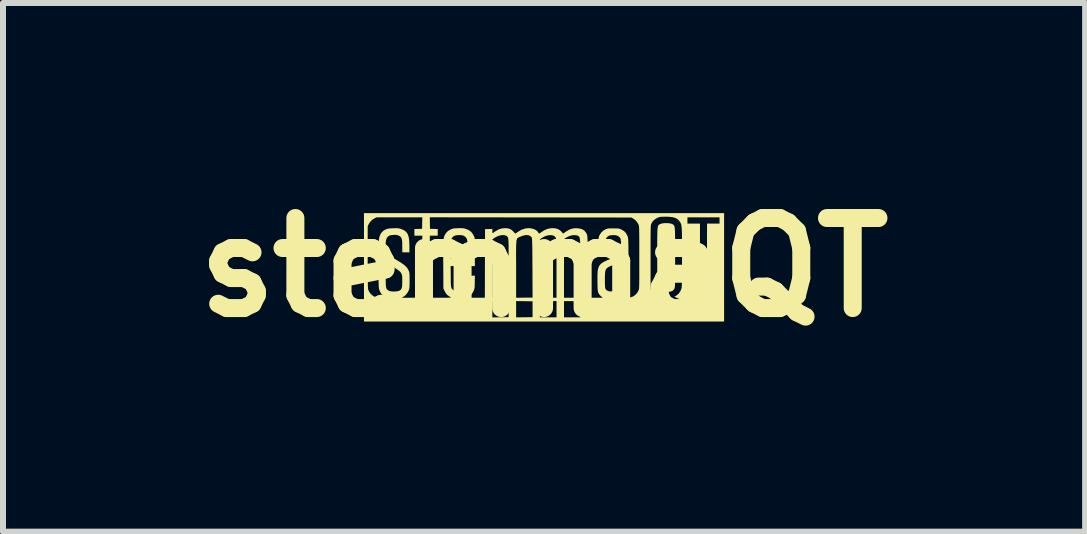
<source format=kicad_pcb>
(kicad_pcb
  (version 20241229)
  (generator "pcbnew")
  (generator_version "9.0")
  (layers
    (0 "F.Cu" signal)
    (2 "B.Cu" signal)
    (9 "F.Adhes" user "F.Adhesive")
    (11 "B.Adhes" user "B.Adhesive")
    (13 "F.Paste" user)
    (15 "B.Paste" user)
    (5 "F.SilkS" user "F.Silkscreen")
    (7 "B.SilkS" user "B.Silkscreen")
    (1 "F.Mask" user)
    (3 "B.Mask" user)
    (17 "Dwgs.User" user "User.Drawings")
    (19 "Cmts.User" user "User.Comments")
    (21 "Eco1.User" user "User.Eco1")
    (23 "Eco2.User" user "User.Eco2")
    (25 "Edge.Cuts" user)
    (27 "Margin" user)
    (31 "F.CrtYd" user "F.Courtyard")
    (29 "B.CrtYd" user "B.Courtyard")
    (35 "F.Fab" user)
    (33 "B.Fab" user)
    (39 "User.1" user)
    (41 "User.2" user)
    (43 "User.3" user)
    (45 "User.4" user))
  (footprint "stemmaQT"
    (layer "F.Cu")
    (at 6.014 1.404)
    (property "Reference" "stemmaQT" (at 0 0 0) (layer "F.SilkS") (effects (font (size 1.5 1.5) (thickness 0.3))))
    (attr board_only exclude_from_pos_files exclude_from_bom)
    (fp_poly (pts (xy 2.077 -0.735) (xy 2.111 -0.73) (xy 2.132 -0.722) (xy 2.142 -0.718) (xy 2.15 -0.713) (xy 2.158 -0.708) (xy 2.164 -0.702) (xy 2.169 -0.693) (xy 2.173 -0.681) (xy 2.176 -0.665) (xy 2.179 -0.643) (xy 2.181 -0.615) (xy 2.182 -0.579) (xy 2.183 -0.536) (xy 2.184 -0.483) (xy 2.184 -0.42) (xy 2.184 -0.346) (xy 2.184 -0.26) (xy 2.184 -0.167) (xy 2.184 -0.071) (xy 2.184 0.011) (xy 2.184 0.081) (xy 2.184 0.141) (xy 2.184 0.19) (xy 2.183 0.231) (xy 2.182 0.264) (xy 2.182 0.29) (xy 2.181 0.31) (xy 2.179 0.325) (xy 2.178 0.336) (xy 2.176 0.345) (xy 2.174 0.351) (xy 2.171 0.356) (xy 2.157 0.378) (xy 2.138 0.393) (xy 2.112 0.403) (xy 2.077 0.408) (xy 2.034 0.409) (xy 1.998 0.409) (xy 1.972 0.407) (xy 1.953 0.402) (xy 1.937 0.396) (xy 1.936 0.395) (xy 1.927 0.391) (xy 1.919 0.386) (xy 1.912 0.382) (xy 1.906 0.375) (xy 1.901 0.366) (xy 1.897 0.354) (xy 1.894 0.337) (xy 1.891 0.315) (xy 1.889 0.287) (xy 1.888 0.252) (xy 1.887 0.208) (xy 1.886 0.155) (xy 1.886 0.093) (xy 1.886 0.019) (xy 1.886 -0.067) (xy 1.886 -0.163) (xy 1.886 -0.262) (xy 1.886 -0.347) (xy 1.886 -0.421) (xy 1.886 -0.484) (xy 1.887 -0.536) (xy 1.888 -0.58) (xy 1.889 -0.615) (xy 1.891 -0.643) (xy 1.894 -0.665) (xy 1.897 -0.681) (xy 1.901 -0.693) (xy 1.906 -0.702) (xy 1.912 -0.708) (xy 1.92 -0.713) (xy 1.928 -0.718) (xy 1.938 -0.722) (xy 1.938 -0.722) (xy 1.964 -0.731) (xy 1.999 -0.736) (xy 2.038 -0.737)) (stroke (width 0) (type solid)) (fill yes) (layer "F.SilkS"))
    (fp_poly (pts (xy 3 -0.000001) (xy 3 0.903) (xy 0 0.903) (xy -3 0.903) (xy -3 0.698) (xy -0.861 0.698) (xy -0.861 0.834) (xy -0.726 0.832) (xy -0.59 0.83) (xy -0.589 0.698) (xy -0.465 0.698) (xy -0.465 0.834) (xy -0.444 0.833) (xy -0.07 0.833) (xy 0.069 0.833) (xy 0.208 0.833) (xy 0.208 0.698) (xy 0.333 0.698) (xy 0.333 0.833) (xy 0.469 0.833) (xy 0.604 0.833) (xy 0.604 0.698) (xy 0.604 0.563) (xy 0.469 0.563) (xy 0.333 0.563) (xy 0.333 0.698) (xy 0.208 0.698) (xy 0.208 0.698) (xy 0.208 0.562) (xy 0.071 0.564) (xy -0.066 0.566) (xy -0.068 0.7) (xy -0.07 0.833) (xy -0.444 0.833) (xy -0.328 0.832) (xy -0.191 0.83) (xy -0.191 0.698) (xy -0.191 0.566) (xy -0.328 0.564) (xy -0.465 0.562) (xy -0.465 0.698) (xy -0.589 0.698) (xy -0.588 0.566) (xy -0.725 0.564) (xy -0.861 0.562) (xy -0.861 0.698) (xy -3 0.698) (xy -3 -0.000001) (xy -3 -0.685) (xy -2.938 -0.685) (xy -2.938 -0.17) (xy -2.938 -0.069) (xy -2.938 0.024) (xy -2.937 0.107) (xy -2.937 0.18) (xy -2.936 0.242) (xy -2.935 0.292) (xy -2.934 0.33) (xy -2.932 0.356) (xy -2.931 0.368) (xy -2.931 0.368) (xy -2.912 0.41) (xy -2.882 0.448) (xy -2.845 0.479) (xy -2.808 0.497) (xy -2.792 0.501) (xy -2.768 0.504) (xy -2.741 0.506) (xy -2.713 0.507) (xy -2.686 0.507) (xy -2.663 0.506) (xy -2.647 0.503) (xy -2.64 0.5) (xy -2.642 0.498) (xy -2.673 0.477) (xy -2.695 0.459) (xy -2.712 0.44) (xy -2.725 0.418) (xy -2.732 0.404) (xy -2.74 0.387) (xy -2.745 0.373) (xy -2.749 0.358) (xy -2.752 0.341) (xy -2.754 0.319) (xy -2.755 0.288) (xy -2.756 0.247) (xy -2.756 0.231) (xy -2.759 0.104) (xy -2.699 0.104) (xy -2.64 0.104) (xy -2.638 0.222) (xy -2.637 0.27) (xy -2.635 0.307) (xy -2.631 0.334) (xy -2.625 0.354) (xy -2.616 0.368) (xy -2.603 0.379) (xy -2.586 0.389) (xy -2.583 0.391) (xy -2.558 0.399) (xy -2.525 0.403) (xy -2.487 0.403) (xy -2.451 0.4) (xy -2.421 0.394) (xy -2.411 0.389) (xy -2.393 0.379) (xy -2.381 0.366) (xy -2.372 0.348) (xy -2.366 0.324) (xy -2.363 0.291) (xy -2.362 0.247) (xy -2.362 0.228) (xy -2.362 0.19) (xy -2.363 0.158) (xy -2.366 0.132) (xy -2.373 0.11) (xy -2.384 0.09) (xy -2.4 0.071) (xy -2.424 0.051) (xy -2.456 0.029) (xy -2.496 0.002) (xy -2.548 -0.03) (xy -2.556 -0.035) (xy -2.605 -0.067) (xy -2.645 -0.094) (xy -2.675 -0.117) (xy -2.698 -0.139) (xy -2.716 -0.161) (xy -2.73 -0.183) (xy -2.736 -0.194) (xy -2.743 -0.211) (xy -2.748 -0.226) (xy -2.751 -0.244) (xy -2.753 -0.267) (xy -2.755 -0.298) (xy -2.756 -0.337) (xy -2.756 -0.408) (xy -2.751 -0.467) (xy -2.74 -0.516) (xy -2.724 -0.555) (xy -2.701 -0.587) (xy -2.671 -0.613) (xy -2.633 -0.634) (xy -2.629 -0.636) (xy -2.608 -0.642) (xy -2.579 -0.647) (xy -2.538 -0.65) (xy -2.514 -0.651) (xy -2.476 -0.652) (xy -2.447 -0.652) (xy -2.425 -0.65) (xy -2.406 -0.646) (xy -2.385 -0.64) (xy -2.383 -0.639) (xy -2.343 -0.623) (xy -2.311 -0.603) (xy -2.286 -0.577) (xy -2.268 -0.545) (xy -2.255 -0.504) (xy -2.247 -0.454) (xy -2.244 -0.392) (xy -2.243 -0.356) (xy -2.243 -0.25) (xy -2.302 -0.25) (xy -2.361 -0.25) (xy -2.362 -0.352) (xy -2.362 -0.404) (xy -2.365 -0.443) (xy -2.37 -0.473) (xy -2.379 -0.494) (xy -2.391 -0.51) (xy -2.408 -0.522) (xy -2.421 -0.529) (xy -2.443 -0.537) (xy -2.464 -0.541) (xy -2.492 -0.541) (xy -2.507 -0.54) (xy -2.536 -0.538) (xy -2.562 -0.533) (xy -2.579 -0.528) (xy -2.58 -0.527) (xy -2.604 -0.51) (xy -2.621 -0.485) (xy -2.633 -0.45) (xy -2.638 -0.405) (xy -2.639 -0.348) (xy -2.638 -0.335) (xy -2.636 -0.306) (xy -2.633 -0.281) (xy -2.627 -0.26) (xy -2.617 -0.241) (xy -2.601 -0.222) (xy -2.58 -0.203) (xy -2.55 -0.181) (xy -2.512 -0.156) (xy -2.463 -0.126) (xy -2.438 -0.111) (xy -2.388 -0.08) (xy -2.349 -0.054) (xy -2.319 -0.03) (xy -2.295 -0.008) (xy -2.277 0.015) (xy -2.263 0.04) (xy -2.258 0.049) (xy -2.252 0.062) (xy -2.247 0.075) (xy -2.244 0.089) (xy -2.242 0.106) (xy -2.241 0.129) (xy -2.24 0.161) (xy -2.24 0.204) (xy -2.24 0.219) (xy -2.24 0.266) (xy -2.241 0.301) (xy -2.242 0.327) (xy -2.244 0.347) (xy -2.247 0.363) (xy -2.251 0.377) (xy -2.256 0.389) (xy -2.279 0.429) (xy -2.309 0.465) (xy -2.343 0.491) (xy -2.348 0.493) (xy -2.372 0.506) (xy -2.2 0.507) (xy -2.028 0.507) (xy -2.028 -0.01) (xy -2.028 -0.528) (xy -2.094 -0.528) (xy -2.16 -0.528) (xy -2.16 -0.583) (xy -2.16 -0.638) (xy -2.096 -0.64) (xy -2.032 -0.642) (xy -2.03 -0.738) (xy -2.028 -0.833) (xy -2.408 -0.833) (xy -2.789 -0.833) (xy -2.823 -0.817) (xy -2.867 -0.789) (xy -2.902 -0.751) (xy -2.921 -0.72) (xy -2.938 -0.685) (xy -3 -0.685) (xy -3 -0.834) (xy -1.903 -0.834) (xy -1.902 -0.738) (xy -1.9 -0.642) (xy -1.835 -0.64) (xy -1.771 -0.638) (xy -1.771 -0.583) (xy -1.771 -0.528) (xy -1.837 -0.528) (xy -1.903 -0.528) (xy -1.903 -0.01) (xy -1.903 0.507) (xy -1.726 0.507) (xy -1.678 0.507) (xy -1.635 0.507) (xy -1.599 0.506) (xy -1.571 0.505) (xy -1.554 0.504) (xy -1.549 0.504) (xy -1.554 0.499) (xy -1.568 0.49) (xy -1.575 0.487) (xy -1.607 0.465) (xy -1.634 0.435) (xy -1.657 0.394) (xy -1.658 0.392) (xy -1.677 0.351) (xy -1.679 -0.047) (xy -1.68 -0.138) (xy -1.68 -0.215) (xy -1.68 -0.281) (xy -1.68 -0.294) (xy -1.556 -0.294) (xy -1.556 -0.139) (xy -1.415 -0.141) (xy -1.275 -0.142) (xy -1.272 -0.26) (xy -1.272 -0.322) (xy -1.272 -0.371) (xy -1.274 -0.41) (xy -1.278 -0.44) (xy -1.283 -0.463) (xy -1.29 -0.48) (xy -1.294 -0.487) (xy -1.315 -0.511) (xy -1.339 -0.527) (xy -1.371 -0.535) (xy -1.413 -0.538) (xy -1.457 -0.535) (xy -1.491 -0.527) (xy -1.517 -0.51) (xy -1.536 -0.486) (xy -1.54 -0.479) (xy -1.545 -0.469) (xy -1.549 -0.459) (xy -1.552 -0.446) (xy -1.554 -0.43) (xy -1.555 -0.407) (xy -1.556 -0.376) (xy -1.556 -0.335) (xy -1.556 -0.294) (xy -1.68 -0.294) (xy -1.68 -0.337) (xy -1.679 -0.383) (xy -1.677 -0.422) (xy -1.675 -0.453) (xy -1.672 -0.478) (xy -1.668 -0.499) (xy -1.663 -0.516) (xy -1.657 -0.53) (xy -1.65 -0.544) (xy -1.642 -0.557) (xy -1.635 -0.568) (xy -1.616 -0.591) (xy -1.595 -0.609) (xy -1.567 -0.625) (xy -1.564 -0.627) (xy -1.543 -0.636) (xy -1.526 -0.643) (xy -1.508 -0.647) (xy -1.485 -0.65) (xy -1.455 -0.651) (xy -1.432 -0.652) (xy -1.393 -0.653) (xy -1.364 -0.652) (xy -1.341 -0.65) (xy -1.319 -0.645) (xy -1.299 -0.639) (xy -1.25 -0.618) (xy -1.212 -0.589) (xy -1.183 -0.55) (xy -1.176 -0.536) (xy -1.156 -0.497) (xy -1.154 -0.259) (xy -1.152 -0.021) (xy -1.354 -0.021) (xy -1.556 -0.021) (xy -1.554 0.156) (xy -1.554 0.214) (xy -1.553 0.26) (xy -1.551 0.295) (xy -1.548 0.322) (xy -1.543 0.342) (xy -1.536 0.356) (xy -1.527 0.367) (xy -1.514 0.376) (xy -1.498 0.385) (xy -1.493 0.388) (xy -1.476 0.396) (xy -1.459 0.4) (xy -1.439 0.402) (xy -1.41 0.402) (xy -1.401 0.401) (xy -1.364 0.398) (xy -1.337 0.392) (xy -1.317 0.381) (xy -1.299 0.364) (xy -1.289 0.352) (xy -1.283 0.342) (xy -1.279 0.33) (xy -1.276 0.313) (xy -1.273 0.288) (xy -1.272 0.252) (xy -1.271 0.237) (xy -1.268 0.142) (xy -1.21 0.14) (xy -1.152 0.138) (xy -1.154 0.248) (xy -1.155 0.29) (xy -1.156 0.32) (xy -1.158 0.343) (xy -1.161 0.36) (xy -1.166 0.375) (xy -1.172 0.39) (xy -1.179 0.404) (xy -1.201 0.441) (xy -1.228 0.47) (xy -1.264 0.494) (xy -1.268 0.495) (xy -1.274 0.499) (xy -1.276 0.502) (xy -1.272 0.504) (xy -1.261 0.505) (xy -1.242 0.506) (xy -1.212 0.506) (xy -1.172 0.507) (xy -1.137 0.507) (xy -0.986 0.507) (xy -0.985 -0.064) (xy -0.983 -0.464) (xy -0.861 -0.464) (xy -0.861 0.021) (xy -0.861 0.507) (xy -0.726 0.505) (xy -0.59 0.504) (xy -0.59 0.012) (xy -0.59 -0.085) (xy -0.59 -0.168) (xy -0.59 -0.182) (xy -0.466 -0.182) (xy -0.465 -0.104) (xy -0.465 -0.014) (xy -0.465 0.021) (xy -0.465 0.507) (xy -0.328 0.505) (xy -0.191 0.504) (xy -0.193 0.01) (xy -0.194 -0.086) (xy -0.194 -0.17) (xy -0.195 -0.241) (xy -0.195 -0.302) (xy -0.196 -0.352) (xy -0.197 -0.393) (xy -0.198 -0.426) (xy -0.199 -0.451) (xy -0.2 -0.465) (xy -0.069 -0.465) (xy -0.069 0.017) (xy -0.069 0.097) (xy -0.069 0.174) (xy -0.069 0.245) (xy -0.069 0.31) (xy -0.068 0.367) (xy -0.067 0.416) (xy -0.067 0.455) (xy -0.066 0.483) (xy -0.065 0.499) (xy -0.065 0.502) (xy -0.057 0.504) (xy -0.037 0.505) (xy -0.008 0.506) (xy 0.029 0.507) (xy 0.07 0.507) (xy 0.074 0.507) (xy 0.208 0.507) (xy 0.208 0.024) (xy 0.208 -0.07) (xy 0.208 -0.152) (xy 0.208 -0.222) (xy 0.208 -0.281) (xy 0.207 -0.33) (xy 0.207 -0.371) (xy 0.206 -0.403) (xy 0.205 -0.428) (xy 0.204 -0.448) (xy 0.202 -0.463) (xy 0.201 -0.472) (xy 0.333 -0.472) (xy 0.333 0.017) (xy 0.333 0.507) (xy 0.469 0.507) (xy 0.604 0.507) (xy 0.604 0.021) (xy 0.604 -0.077) (xy 0.604 -0.161) (xy 0.604 -0.234) (xy 0.604 -0.295) (xy 0.603 -0.347) (xy 0.602 -0.389) (xy 0.601 -0.423) (xy 0.599 -0.451) (xy 0.597 -0.472) (xy 0.594 -0.488) (xy 0.59 -0.499) (xy 0.586 -0.508) (xy 0.581 -0.514) (xy 0.575 -0.519) (xy 0.568 -0.524) (xy 0.566 -0.525) (xy 0.547 -0.533) (xy 0.518 -0.536) (xy 0.501 -0.537) (xy 0.461 -0.533) (xy 0.423 -0.522) (xy 0.383 -0.503) (xy 0.362 -0.49) (xy 0.333 -0.472) (xy 0.201 -0.472) (xy 0.201 -0.474) (xy 0.199 -0.482) (xy 0.197 -0.486) (xy 0.183 -0.511) (xy 0.161 -0.527) (xy 0.13 -0.535) (xy 0.1 -0.537) (xy 0.054 -0.531) (xy 0.006 -0.514) (xy -0.04 -0.487) (xy -0.047 -0.482) (xy -0.069 -0.465) (xy -0.2 -0.465) (xy -0.2 -0.47) (xy -0.201 -0.484) (xy -0.203 -0.493) (xy -0.205 -0.498) (xy -0.205 -0.498) (xy -0.229 -0.522) (xy -0.26 -0.535) (xy -0.298 -0.538) (xy -0.342 -0.531) (xy -0.389 -0.513) (xy -0.39 -0.513) (xy -0.404 -0.507) (xy -0.417 -0.501) (xy -0.427 -0.497) (xy -0.436 -0.491) (xy -0.444 -0.484) (xy -0.45 -0.474) (xy -0.455 -0.461) (xy -0.459 -0.443) (xy -0.461 -0.419) (xy -0.463 -0.389) (xy -0.465 -0.351) (xy -0.465 -0.305) (xy -0.466 -0.249) (xy -0.466 -0.182) (xy -0.59 -0.182) (xy -0.59 -0.24) (xy -0.59 -0.3) (xy -0.59 -0.351) (xy -0.591 -0.392) (xy -0.592 -0.426) (xy -0.594 -0.453) (xy -0.596 -0.473) (xy -0.599 -0.488) (xy -0.602 -0.499) (xy -0.607 -0.507) (xy -0.612 -0.513) (xy -0.617 -0.518) (xy -0.624 -0.522) (xy -0.629 -0.526) (xy -0.655 -0.535) (xy -0.689 -0.538) (xy -0.728 -0.533) (xy -0.766 -0.521) (xy -0.781 -0.515) (xy -0.806 -0.502) (xy -0.829 -0.488) (xy -0.843 -0.479) (xy -0.861 -0.464) (xy -0.983 -0.464) (xy -0.983 -0.636) (xy -0.922 -0.638) (xy -0.861 -0.64) (xy -0.861 -0.605) (xy -0.861 -0.585) (xy -0.859 -0.572) (xy -0.858 -0.57) (xy -0.851 -0.573) (xy -0.836 -0.583) (xy -0.816 -0.597) (xy -0.815 -0.597) (xy -0.764 -0.628) (xy -0.713 -0.646) (xy -0.66 -0.653) (xy -0.654 -0.653) (xy -0.606 -0.65) (xy -0.567 -0.639) (xy -0.535 -0.619) (xy -0.511 -0.596) (xy -0.479 -0.561) (xy -0.432 -0.593) (xy -0.376 -0.626) (xy -0.32 -0.645) (xy -0.264 -0.653) (xy -0.257 -0.653) (xy -0.212 -0.649) (xy -0.17 -0.637) (xy -0.134 -0.62) (xy -0.108 -0.598) (xy -0.096 -0.579) (xy -0.088 -0.567) (xy -0.08 -0.564) (xy -0.067 -0.57) (xy -0.05 -0.582) (xy 0.003 -0.617) (xy 0.055 -0.64) (xy 0.109 -0.651) (xy 0.145 -0.653) (xy 0.198 -0.648) (xy 0.243 -0.632) (xy 0.28 -0.605) (xy 0.293 -0.591) (xy 0.317 -0.562) (xy 0.363 -0.593) (xy 0.408 -0.621) (xy 0.449 -0.639) (xy 0.488 -0.649) (xy 0.53 -0.652) (xy 0.549 -0.651) (xy 0.6 -0.645) (xy 0.641 -0.632) (xy 0.673 -0.61) (xy 0.699 -0.579) (xy 0.711 -0.556) (xy 0.714 -0.55) (xy 0.716 -0.543) (xy 0.718 -0.535) (xy 0.72 -0.525) (xy 0.722 -0.511) (xy 0.723 -0.493) (xy 0.724 -0.47) (xy 0.725 -0.441) (xy 0.725 -0.404) (xy 0.726 -0.359) (xy 0.726 -0.305) (xy 0.727 -0.24) (xy 0.727 -0.164) (xy 0.727 -0.076) (xy 0.728 -0.009) (xy 0.73 0.507) (xy 0.856 0.507) (xy 0.981 0.507) (xy 1.171 0.507) (xy 1.228 0.507) (xy 1.285 0.507) (xy 1.285 0.472) (xy 1.284 0.45) (xy 1.281 0.44) (xy 1.274 0.44) (xy 1.265 0.447) (xy 1.253 0.456) (xy 1.234 0.469) (xy 1.212 0.482) (xy 1.171 0.507) (xy 0.981 0.507) (xy 0.954 0.487) (xy 0.931 0.465) (xy 0.912 0.438) (xy 0.909 0.433) (xy 0.904 0.422) (xy 0.9 0.411) (xy 0.897 0.398) (xy 0.895 0.381) (xy 0.893 0.359) (xy 0.892 0.329) (xy 0.891 0.289) (xy 0.89 0.238) (xy 0.89 0.231) (xy 0.89 0.204) (xy 1.014 0.204) (xy 1.014 0.252) (xy 1.015 0.289) (xy 1.016 0.316) (xy 1.018 0.336) (xy 1.02 0.349) (xy 1.024 0.359) (xy 1.026 0.362) (xy 1.047 0.385) (xy 1.077 0.398) (xy 1.114 0.402) (xy 1.157 0.396) (xy 1.205 0.38) (xy 1.228 0.37) (xy 1.281 0.343) (xy 1.283 0.126) (xy 1.285 -0.09) (xy 1.252 -0.077) (xy 1.231 -0.069) (xy 1.202 -0.058) (xy 1.169 -0.045) (xy 1.151 -0.038) (xy 1.11 -0.022) (xy 1.079 -0.008) (xy 1.055 0.007) (xy 1.038 0.024) (xy 1.026 0.045) (xy 1.019 0.073) (xy 1.016 0.108) (xy 1.014 0.154) (xy 1.014 0.204) (xy 0.89 0.204) (xy 0.89 0.16) (xy 0.891 0.102) (xy 0.895 0.053) (xy 0.904 0.013) (xy 0.917 -0.02) (xy 0.937 -0.048) (xy 0.965 -0.072) (xy 1.001 -0.094) (xy 1.047 -0.116) (xy 1.103 -0.138) (xy 1.172 -0.164) (xy 1.172 -0.164) (xy 1.286 -0.205) (xy 1.284 -0.338) (xy 1.283 -0.385) (xy 1.282 -0.42) (xy 1.28 -0.445) (xy 1.278 -0.463) (xy 1.276 -0.475) (xy 1.272 -0.484) (xy 1.267 -0.491) (xy 1.245 -0.514) (xy 1.218 -0.529) (xy 1.185 -0.536) (xy 1.154 -0.537) (xy 1.113 -0.535) (xy 1.082 -0.527) (xy 1.058 -0.512) (xy 1.041 -0.492) (xy 1.034 -0.481) (xy 1.03 -0.47) (xy 1.027 -0.456) (xy 1.025 -0.435) (xy 1.023 -0.406) (xy 1.022 -0.37) (xy 1.02 -0.271) (xy 0.961 -0.271) (xy 0.902 -0.271) (xy 0.904 -0.384) (xy 0.905 -0.427) (xy 0.907 -0.46) (xy 0.909 -0.484) (xy 0.912 -0.502) (xy 0.917 -0.518) (xy 0.923 -0.532) (xy 0.95 -0.576) (xy 0.987 -0.611) (xy 1.024 -0.633) (xy 1.04 -0.64) (xy 1.056 -0.645) (xy 1.075 -0.647) (xy 1.1 -0.649) (xy 1.134 -0.649) (xy 1.153 -0.649) (xy 1.191 -0.649) (xy 1.219 -0.648) (xy 1.239 -0.647) (xy 1.256 -0.643) (xy 1.272 -0.637) (xy 1.291 -0.629) (xy 1.293 -0.627) (xy 1.334 -0.603) (xy 1.364 -0.571) (xy 1.387 -0.53) (xy 1.394 -0.511) (xy 1.397 -0.503) (xy 1.399 -0.494) (xy 1.4 -0.481) (xy 1.402 -0.465) (xy 1.403 -0.444) (xy 1.404 -0.417) (xy 1.405 -0.383) (xy 1.406 -0.341) (xy 1.406 -0.291) (xy 1.407 -0.231) (xy 1.407 -0.159) (xy 1.408 -0.076) (xy 1.408 0.016) (xy 1.411 0.508) (xy 1.433 0.503) (xy 1.481 0.487) (xy 1.523 0.458) (xy 1.556 0.419) (xy 1.572 0.389) (xy 1.575 0.383) (xy 1.578 0.377) (xy 1.58 0.369) (xy 1.581 0.359) (xy 1.583 0.346) (xy 1.584 0.328) (xy 1.585 0.306) (xy 1.586 0.277) (xy 1.586 0.241) (xy 1.587 0.196) (xy 1.587 0.143) (xy 1.587 0.079) (xy 1.587 0.005) (xy 1.587 -0.082) (xy 1.587 -0.163) (xy 1.587 -0.171) (xy 1.775 -0.171) (xy 1.775 -0.163) (xy 1.775 -0.064) (xy 1.775 0.021) (xy 1.775 0.095) (xy 1.775 0.158) (xy 1.775 0.211) (xy 1.776 0.255) (xy 1.776 0.291) (xy 1.777 0.32) (xy 1.778 0.342) (xy 1.779 0.36) (xy 1.78 0.373) (xy 1.782 0.383) (xy 1.784 0.39) (xy 1.786 0.397) (xy 1.789 0.403) (xy 1.789 0.403) (xy 1.814 0.443) (xy 1.846 0.474) (xy 1.886 0.496) (xy 1.937 0.511) (xy 1.994 0.518) (xy 2.058 0.523) (xy 2.163 0.588) (xy 2.197 0.608) (xy 2.226 0.627) (xy 2.249 0.641) (xy 2.264 0.65) (xy 2.269 0.653) (xy 2.273 0.647) (xy 2.283 0.633) (xy 2.296 0.614) (xy 2.296 0.613) (xy 2.309 0.592) (xy 2.32 0.575) (xy 2.324 0.566) (xy 2.32 0.559) (xy 2.304 0.549) (xy 2.278 0.537) (xy 2.273 0.535) (xy 2.245 0.523) (xy 2.218 0.512) (xy 2.198 0.502) (xy 2.196 0.501) (xy 2.172 0.488) (xy 2.202 0.472) (xy 2.239 0.443) (xy 2.268 0.404) (xy 2.285 0.366) (xy 2.288 0.358) (xy 2.29 0.35) (xy 2.292 0.34) (xy 2.294 0.327) (xy 2.295 0.311) (xy 2.296 0.291) (xy 2.297 0.265) (xy 2.298 0.232) (xy 2.298 0.192) (xy 2.299 0.142) (xy 2.299 0.084) (xy 2.299 0.014) (xy 2.299 -0.067) (xy 2.299 -0.161) (xy 2.299 -0.169) (xy 2.299 -0.268) (xy 2.299 -0.354) (xy 2.299 -0.428) (xy 2.298 -0.492) (xy 2.298 -0.545) (xy 2.297 -0.59) (xy 2.295 -0.627) (xy 2.293 -0.657) (xy 2.291 -0.681) (xy 2.288 -0.7) (xy 2.285 -0.716) (xy 2.28 -0.729) (xy 2.275 -0.74) (xy 2.269 -0.75) (xy 2.263 -0.76) (xy 2.261 -0.762) (xy 2.245 -0.781) (xy 2.389 -0.781) (xy 2.389 -0.729) (xy 2.493 -0.729) (xy 2.598 -0.729) (xy 2.598 -0.111) (xy 2.598 0.508) (xy 2.655 0.506) (xy 2.712 0.504) (xy 2.714 -0.113) (xy 2.716 -0.729) (xy 2.82 -0.729) (xy 2.924 -0.729) (xy 2.924 -0.781) (xy 2.924 -0.833) (xy 2.657 -0.833) (xy 2.389 -0.833) (xy 2.389 -0.781) (xy 2.245 -0.781) (xy 2.238 -0.791) (xy 2.21 -0.812) (xy 2.176 -0.827) (xy 2.134 -0.837) (xy 2.081 -0.842) (xy 2.032 -0.844) (xy 1.991 -0.843) (xy 1.961 -0.842) (xy 1.938 -0.84) (xy 1.919 -0.836) (xy 1.901 -0.83) (xy 1.894 -0.827) (xy 1.849 -0.802) (xy 1.812 -0.768) (xy 1.789 -0.73) (xy 1.787 -0.724) (xy 1.784 -0.717) (xy 1.782 -0.71) (xy 1.78 -0.7) (xy 1.779 -0.687) (xy 1.778 -0.67) (xy 1.777 -0.648) (xy 1.776 -0.62) (xy 1.776 -0.584) (xy 1.775 -0.541) (xy 1.775 -0.489) (xy 1.775 -0.427) (xy 1.775 -0.354) (xy 1.775 -0.269) (xy 1.775 -0.171) (xy 1.587 -0.171) (xy 1.587 -0.261) (xy 1.587 -0.345) (xy 1.587 -0.418) (xy 1.587 -0.48) (xy 1.586 -0.531) (xy 1.586 -0.574) (xy 1.585 -0.609) (xy 1.585 -0.636) (xy 1.584 -0.658) (xy 1.582 -0.675) (xy 1.581 -0.687) (xy 1.579 -0.697) (xy 1.577 -0.704) (xy 1.575 -0.711) (xy 1.573 -0.715) (xy 1.545 -0.761) (xy 1.509 -0.797) (xy 1.487 -0.811) (xy 1.455 -0.83) (xy -0.224 -0.832) (xy -1.903 -0.834) (xy -3 -0.834) (xy -3 -0.903) (xy 0 -0.903) (xy 3 -0.903)) (stroke (width 0) (type solid)) (fill yes) (layer "F.SilkS")))
  (gr_rect
    (start -3 -3)
    (end 15.029 5.808)
    (stroke (width 0.1) (type default))
    (fill no)
    (layer "Edge.Cuts")))
</source>
